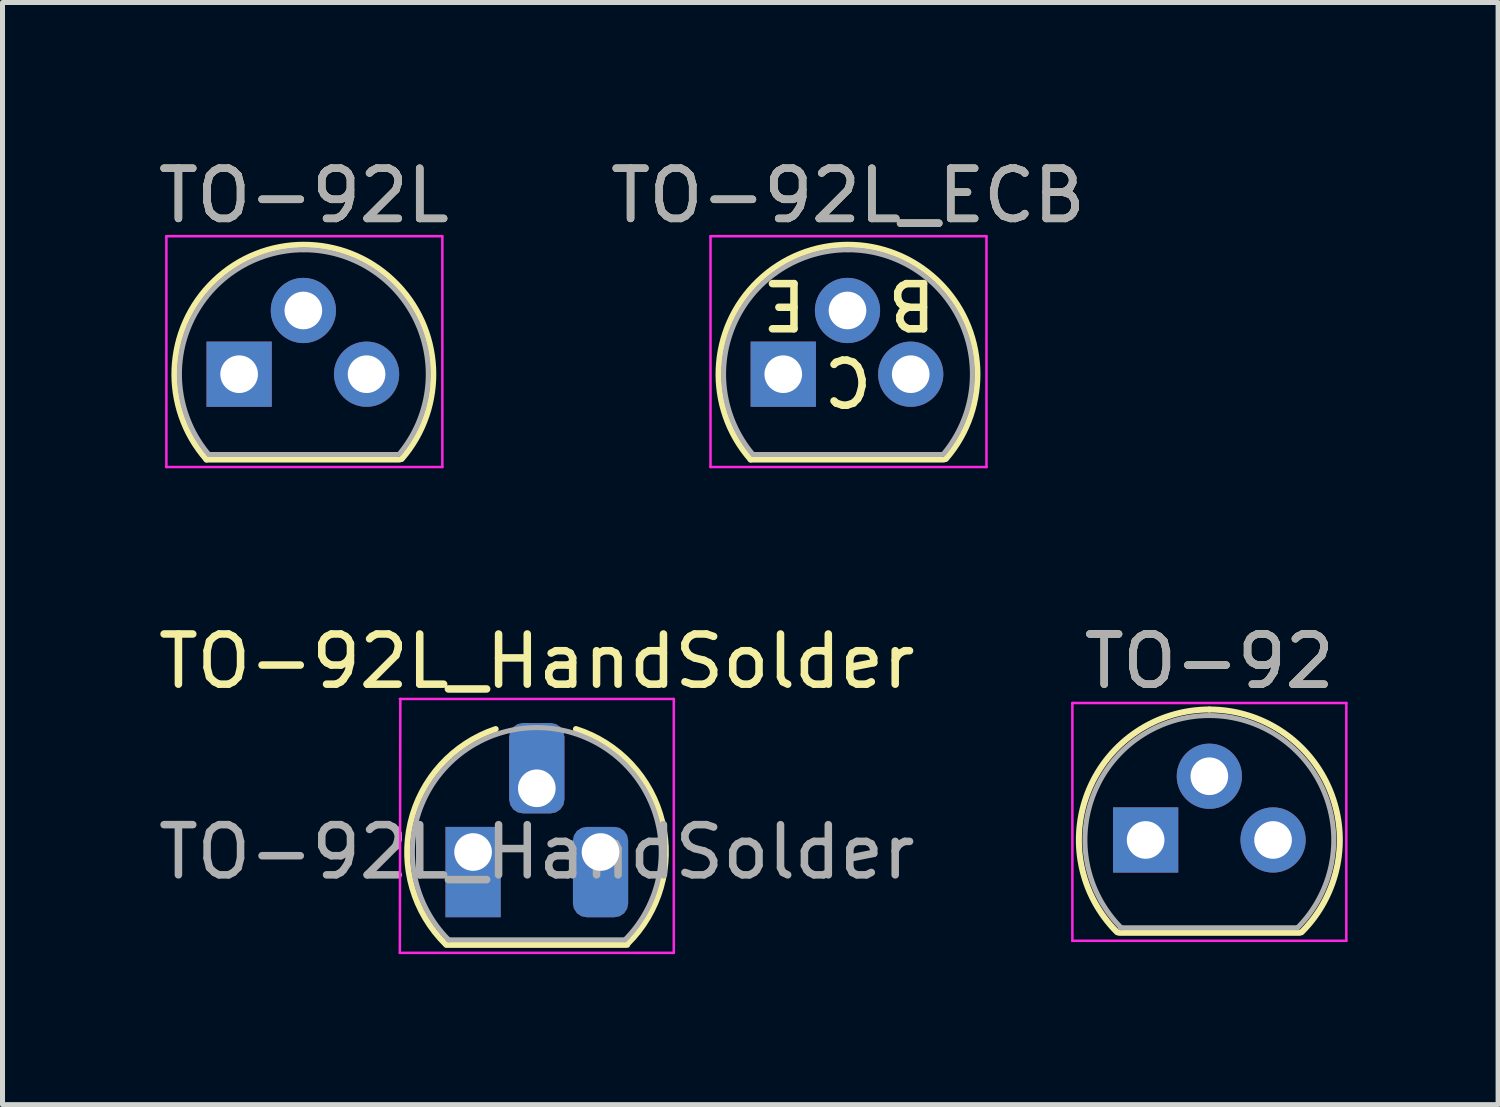
<source format=kicad_pcb>
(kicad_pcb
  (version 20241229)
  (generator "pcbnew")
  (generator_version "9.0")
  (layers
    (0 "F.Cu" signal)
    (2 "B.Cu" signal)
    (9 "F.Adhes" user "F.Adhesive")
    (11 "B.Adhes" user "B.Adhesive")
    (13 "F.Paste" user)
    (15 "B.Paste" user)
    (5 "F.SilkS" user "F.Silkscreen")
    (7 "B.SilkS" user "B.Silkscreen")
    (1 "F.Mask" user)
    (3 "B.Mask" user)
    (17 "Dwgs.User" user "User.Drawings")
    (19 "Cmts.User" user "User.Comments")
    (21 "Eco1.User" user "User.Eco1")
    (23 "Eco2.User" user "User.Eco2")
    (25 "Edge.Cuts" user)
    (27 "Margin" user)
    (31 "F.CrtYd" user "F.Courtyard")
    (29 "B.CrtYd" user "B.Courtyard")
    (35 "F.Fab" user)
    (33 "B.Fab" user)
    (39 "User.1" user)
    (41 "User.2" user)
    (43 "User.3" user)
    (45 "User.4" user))
  (footprint "TO-92L"
    (layer "F.Cu")
    (at 1.716 4.408)
    (property "Reference" "TO-92L" (at 1.29 -3.56 0) (layer "F.SilkS") (effects (font (size 1 1) (thickness 0.15))))
    (attr through_hole)
    (fp_line (start -0.65 1.7) (end 3.2 1.7) (stroke (width 0.12) (type solid)) (layer "F.SilkS"))
    (fp_arc (start -0.65 1.7) (mid 1.283448 -2.579449) (end 3.238611 1.690122) (stroke (width 0.12) (type solid)) (layer "F.SilkS"))
    (fp_line (start -1.45 -2.75) (end -1.45 1.85) (stroke (width 0.05) (type solid)) (layer "F.CrtYd"))
    (fp_line (start -1.45 -2.75) (end 4.05 -2.75) (stroke (width 0.05) (type solid)) (layer "F.CrtYd"))
    (fp_line (start 4.05 1.85) (end -1.45 1.85) (stroke (width 0.05) (type solid)) (layer "F.CrtYd"))
    (fp_line (start 4.05 1.85) (end 4.05 -2.75) (stroke (width 0.05) (type solid)) (layer "F.CrtYd"))
    (fp_line (start -0.6 1.6) (end 3.15 1.6) (stroke (width 0.1) (type solid)) (layer "F.Fab"))
    (fp_arc (start -0.602818 1.602385) (mid -0.959924 -1.043188) (end 1.29 -2.48) (stroke (width 0.1) (type solid)) (layer "F.Fab"))
    (fp_arc (start 1.29 -2.48) (mid 3.537211 -1.049019) (end 3.191103 1.592547) (stroke (width 0.1) (type solid)) (layer "F.Fab"))
    (fp_text user "${REFERENCE}" (at 1.29 -3.56 0) (layer "F.Fab") (effects (font (size 1 1) (thickness 0.15))))
    (pad "1" thru_hole rect (at 0 0 90) (size 1.3 1.3) (drill 0.75) (layers "*.Cu" "*.Mask"))
    (pad "2" thru_hole circle (at 1.28 -1.27 90) (size 1.3 1.3) (drill 0.75) (layers "*.Cu" "*.Mask"))
    (pad "3" thru_hole circle (at 2.54 0 90) (size 1.3 1.3) (drill 0.75) (layers "*.Cu" "*.Mask")))
  (footprint "TO-92L_HandSolder"
    (layer "F.Cu")
    (at 6.379 13.931)
    (property "Reference" "TO-92L_HandSolder" (at 1.27 -3.8 0) (layer "F.SilkS") (effects (font (size 1 1) (thickness 0.15))))
    (attr through_hole)
    (fp_line (start -0.53 1.85) (end 3.07 1.85) (stroke (width 0.12) (type solid)) (layer "F.SilkS"))
    (fp_arc (start -0.541453 1.842156) (mid -1.247298 -0.581475) (end 0.45 -2.45) (stroke (width 0.12) (type solid)) (layer "F.SilkS"))
    (fp_arc (start 2.05 -2.45) (mid 3.769931 -0.601036) (end 3.078445 1.827684) (stroke (width 0.12) (type solid)) (layer "F.SilkS"))
    (fp_line (start -1.46 -3.05) (end 4 -3.05) (stroke (width 0.05) (type solid)) (layer "F.CrtYd"))
    (fp_line (start -1.45 -3.05) (end -1.46 2.01) (stroke (width 0.05) (type solid)) (layer "F.CrtYd"))
    (fp_line (start 4 2.01) (end -1.46 2.01) (stroke (width 0.05) (type solid)) (layer "F.CrtYd"))
    (fp_line (start 4 2.01) (end 4 -3.05) (stroke (width 0.05) (type solid)) (layer "F.CrtYd"))
    (fp_line (start -0.5 1.75) (end 3 1.75) (stroke (width 0.1) (type solid)) (layer "F.Fab"))
    (fp_arc (start -0.483625 1.753625) (mid -1.021221 -0.949055) (end 1.27 -2.48) (stroke (width 0.1) (type solid)) (layer "F.Fab"))
    (fp_arc (start 1.27 -2.48) (mid 3.561221 -0.949055) (end 3.023625 1.753625) (stroke (width 0.1) (type solid)) (layer "F.Fab"))
    (fp_text user "${REFERENCE}" (at 1.27 0 0) (layer "F.Fab") (effects (font (size 1 1) (thickness 0.15))))
    (pad "1" thru_hole rect (at 0 0) (size 1.1 1.8) (drill 0.75 (offset 0 0.4)) (layers "*.Cu" "*.Mask"))
    (pad "2" thru_hole roundrect (at 1.27 -1.27) (size 1.1 1.8) (drill 0.75 (offset 0 -0.4)) (layers "*.Cu" "*.Mask") (roundrect_rratio 0.25))
    (pad "3" thru_hole roundrect (at 2.54 0) (size 1.1 1.8) (drill 0.75 (offset 0 0.4)) (layers "*.Cu" "*.Mask") (roundrect_rratio 0.25)))
  (footprint "TO-92L_ECB"
    (layer "F.Cu")
    (at 12.561 4.408)
    (property "Reference" "TO-92L_ECB" (at 1.29 -3.56 0) (layer "F.SilkS") (effects (font (size 1 1) (thickness 0.15))))
    (fp_line (start -0.65 1.7) (end 3.2 1.7) (stroke (width 0.12) (type solid)) (layer "F.SilkS"))
    (fp_arc (start -0.65 1.7) (mid 1.283448 -2.579449) (end 3.238611 1.690122) (stroke (width 0.12) (type solid)) (layer "F.SilkS"))
    (fp_line (start -1.45 -2.75) (end -1.45 1.85) (stroke (width 0.05) (type solid)) (layer "F.CrtYd"))
    (fp_line (start -1.45 -2.75) (end 4.05 -2.75) (stroke (width 0.05) (type solid)) (layer "F.CrtYd"))
    (fp_line (start 4.05 1.85) (end -1.45 1.85) (stroke (width 0.05) (type solid)) (layer "F.CrtYd"))
    (fp_line (start 4.05 1.85) (end 4.05 -2.75) (stroke (width 0.05) (type solid)) (layer "F.CrtYd"))
    (fp_line (start -0.6 1.6) (end 3.15 1.6) (stroke (width 0.1) (type solid)) (layer "F.Fab"))
    (fp_arc (start -0.602818 1.602385) (mid -0.959924 -1.043188) (end 1.29 -2.48) (stroke (width 0.1) (type solid)) (layer "F.Fab"))
    (fp_arc (start 1.29 -2.48) (mid 3.537211 -1.049019) (end 3.191103 1.592547) (stroke (width 0.1) (type solid)) (layer "F.Fab"))
    (fp_text user "E" (at 0.02 -1.397 180) (unlocked yes) (layer "F.SilkS") (effects (font (size 0.9 0.9) (thickness 0.15))))
    (fp_text user "C" (at 1.29 0.127 180) (unlocked yes) (layer "F.SilkS") (effects (font (size 0.9 0.9) (thickness 0.15))))
    (fp_text user "B" (at 2.56 -1.397 180) (unlocked yes) (layer "F.SilkS") (effects (font (size 0.9 0.9) (thickness 0.15))))
    (fp_text user "${REFERENCE}" (at 1.29 -3.56 0) (layer "F.Fab") (effects (font (size 1 1) (thickness 0.15))))
    (pad "1" thru_hole rect (at 0 0 90) (size 1.3 1.3) (drill 0.75) (layers "*.Cu" "*.Mask"))
    (pad "2" thru_hole circle (at 1.28 -1.27 90) (size 1.3 1.3) (drill 0.75) (layers "*.Cu" "*.Mask"))
    (pad "3" thru_hole circle (at 2.54 0 90) (size 1.3 1.3) (drill 0.75) (layers "*.Cu" "*.Mask")))
  (footprint "TO-92"
    (layer "F.Cu")
    (at 19.783 13.691)
    (property "Reference" "TO-92" (at 1.27 -3.56 0) (layer "F.SilkS") (effects (font (size 1 1) (thickness 0.15))))
    (attr through_hole)
    (fp_line (start -0.53 1.85) (end 3.07 1.85) (stroke (width 0.12) (type solid)) (layer "F.SilkS"))
    (fp_arc (start -0.568478 1.838478) (mid -1.132087 -0.994977) (end 1.27 -2.6) (stroke (width 0.12) (type solid)) (layer "F.SilkS"))
    (fp_arc (start 1.27 -2.6) (mid 3.672087 -0.994977) (end 3.108478 1.838478) (stroke (width 0.12) (type solid)) (layer "F.SilkS"))
    (fp_line (start -1.46 -2.73) (end -1.46 2.01) (stroke (width 0.05) (type solid)) (layer "F.CrtYd"))
    (fp_line (start -1.46 -2.73) (end 4 -2.73) (stroke (width 0.05) (type solid)) (layer "F.CrtYd"))
    (fp_line (start 4 2.01) (end -1.46 2.01) (stroke (width 0.05) (type solid)) (layer "F.CrtYd"))
    (fp_line (start 4 2.01) (end 4 -2.73) (stroke (width 0.05) (type solid)) (layer "F.CrtYd"))
    (fp_line (start -0.5 1.75) (end 3 1.75) (stroke (width 0.1) (type solid)) (layer "F.Fab"))
    (fp_arc (start -0.483625 1.753625) (mid -1.021221 -0.949055) (end 1.27 -2.48) (stroke (width 0.1) (type solid)) (layer "F.Fab"))
    (fp_arc (start 1.27 -2.48) (mid 3.561221 -0.949055) (end 3.023625 1.753625) (stroke (width 0.1) (type solid)) (layer "F.Fab"))
    (fp_text user "${REFERENCE}" (at 1.27 -3.56 0) (layer "F.Fab") (effects (font (size 1 1) (thickness 0.15))))
    (pad "1" thru_hole rect (at 0 0 90) (size 1.3 1.3) (drill 0.75) (layers "*.Cu" "*.Mask"))
    (pad "2" thru_hole circle (at 1.27 -1.27 90) (size 1.3 1.3) (drill 0.75) (layers "*.Cu" "*.Mask"))
    (pad "3" thru_hole circle (at 2.54 0 90) (size 1.3 1.3) (drill 0.75) (layers "*.Cu" "*.Mask")))
  (gr_rect
    (start -3 -3)
    (end 26.808 18.966)
    (stroke (width 0.1) (type default))
    (fill no)
    (layer "Edge.Cuts")))
</source>
